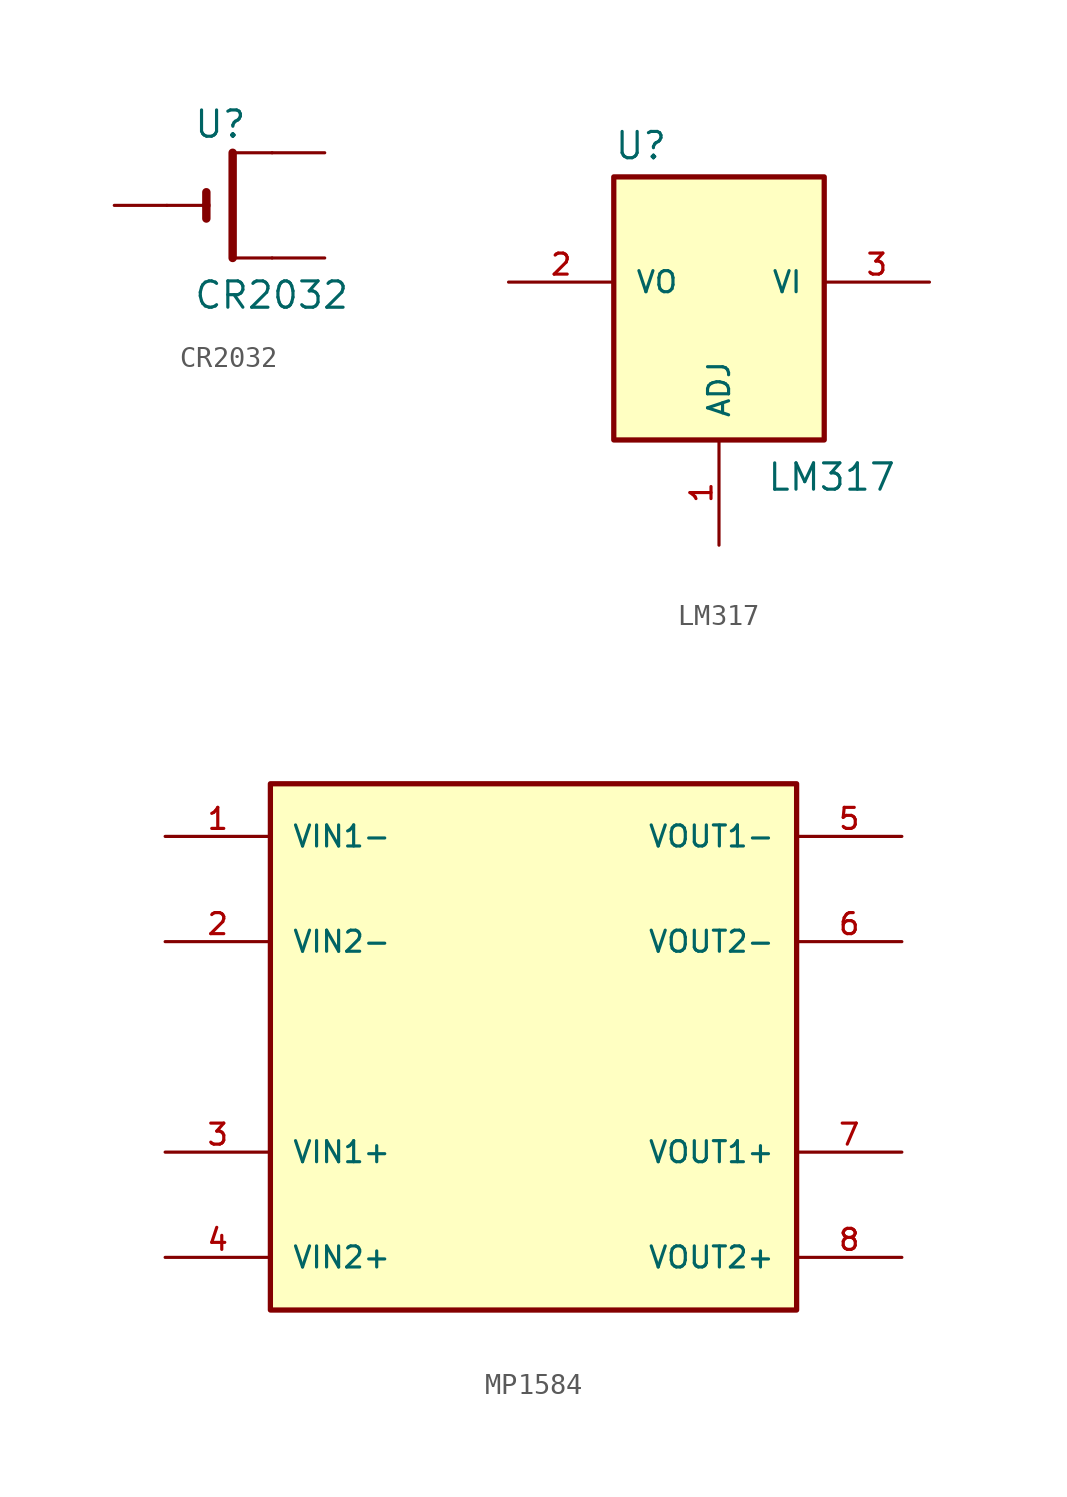
<source format=kicad_sym>
(kicad_symbol_lib
  (version 20241209)
  (generator "kicad_symbol_editor")
  (generator_version "9.0")
  (symbol "CR2032"
    (pin_numbers
      (hide yes))
    (pin_names
      (offset 1.016)
      (hide yes))
    (property "Reference" "U"
      (at -1.27 3.175 0)
      (effects (font (size 1.27 1.27)) (justify left bottom)))
    (property "Value" "CR2032"
      (at -1.27 -5.08 0)
      (effects (font (size 1.27 1.27)) (justify left bottom)))
    (property "ki_locked" ""
      (at 0 0 0)
      (effects (font (size 1.27 1.27))))
    (symbol "CR2032_0_0"
      (polyline (pts (xy -2.54 0) (xy -0.635 0)) (stroke (width 0.152) (type solid)) (fill (type none)))
      (polyline (pts (xy -0.635 0.635) (xy -0.635 0)) (stroke (width 0.406) (type solid)) (fill (type none)))
      (polyline (pts (xy -0.635 0) (xy -0.635 -0.635)) (stroke (width 0.406) (type solid)) (fill (type none)))
      (polyline (pts (xy 0.635 2.54) (xy 0.635 -2.54)) (stroke (width 0.406) (type solid)) (fill (type none)))
      (polyline (pts (xy 0.635 2.54) (xy 2.54 2.54)) (stroke (width 0.152) (type solid)) (fill (type none)))
      (polyline (pts (xy 0.635 -2.54) (xy 2.54 -2.54)) (stroke (width 0.152) (type solid)) (fill (type none)))
      (pin passive line (at -5.08 0 0) (length 2.54) (name "~" (effects (font (size 1.016 1.016)))) (number "-" (effects (font (size 1.016 1.016)))))
      (pin passive line (at 5.08 2.54 180) (length 2.54) (name "~" (effects (font (size 1.016 1.016)))) (number "+$1" (effects (font (size 1.016 1.016)))))
      (pin passive line (at 5.08 -2.54 180) (length 2.54) (name "~" (effects (font (size 1.016 1.016)))) (number "+$2" (effects (font (size 1.016 1.016)))))))
  (symbol "LM317"
    (pin_names
      (offset 1.016))
    (property "Reference" "U"
      (at -5.08 5.842 0)
      (effects (font (size 1.27 1.27)) (justify left bottom)))
    (property "Value" "LM317"
      (at 2.286 -10.16 0)
      (effects (font (size 1.27 1.27)) (justify left bottom)))
    (property "ki_locked" ""
      (at 0 0 0)
      (effects (font (size 1.27 1.27))))
    (symbol "LM317_0_0"
      (rectangle (start -5.08 -7.62) (end 5.08 5.08) (stroke (width 0.254) (type solid)) (fill (type background)))
      (pin power_in line (at -10.16 0 0) (length 5.08) (name "VO" (effects (font (size 1.016 1.016)))) (number "2" (effects (font (size 1.016 1.016)))))
      (pin power_in line (at 0 -12.7 90) (length 5.08) (name "ADJ" (effects (font (size 1.016 1.016)))) (number "1" (effects (font (size 1.016 1.016)))))
      (pin power_in line (at 10.16 0 180) (length 5.08) (name "VI" (effects (font (size 1.016 1.016)))) (number "3" (effects (font (size 1.016 1.016)))))))
  (symbol "MP1584"
    (pin_names
      (offset 1.016))
    (property "Reference" "U"
      (at 0 0 0)
      (effects (font (size 1.27 1.27)) (justify left bottom) (hide yes)))
    (property "ki_locked" ""
      (at 0 0 0)
      (effects (font (size 1.27 1.27))))
    (symbol "MP1584_0_0"
      (rectangle (start -15.24 -12.7) (end 10.16 12.7) (stroke (width 0.254) (type solid)) (fill (type background)))
      (pin bidirectional line (at -20.32 10.16 0) (length 5.08) (name "VIN1-" (effects (font (size 1.016 1.016)))) (number "1" (effects (font (size 1.016 1.016)))))
      (pin bidirectional line (at -20.32 5.08 0) (length 5.08) (name "VIN2-" (effects (font (size 1.016 1.016)))) (number "2" (effects (font (size 1.016 1.016)))))
      (pin bidirectional line (at -20.32 -5.08 0) (length 5.08) (name "VIN1+" (effects (font (size 1.016 1.016)))) (number "3" (effects (font (size 1.016 1.016)))))
      (pin bidirectional line (at -20.32 -10.16 0) (length 5.08) (name "VIN2+" (effects (font (size 1.016 1.016)))) (number "4" (effects (font (size 1.016 1.016)))))
      (pin bidirectional line (at 15.24 10.16 180) (length 5.08) (name "VOUT1-" (effects (font (size 1.016 1.016)))) (number "5" (effects (font (size 1.016 1.016)))))
      (pin bidirectional line (at 15.24 5.08 180) (length 5.08) (name "VOUT2-" (effects (font (size 1.016 1.016)))) (number "6" (effects (font (size 1.016 1.016)))))
      (pin bidirectional line (at 15.24 -5.08 180) (length 5.08) (name "VOUT1+" (effects (font (size 1.016 1.016)))) (number "7" (effects (font (size 1.016 1.016)))))
      (pin bidirectional line (at 15.24 -10.16 180) (length 5.08) (name "VOUT2+" (effects (font (size 1.016 1.016)))) (number "8" (effects (font (size 1.016 1.016))))))))
</source>
